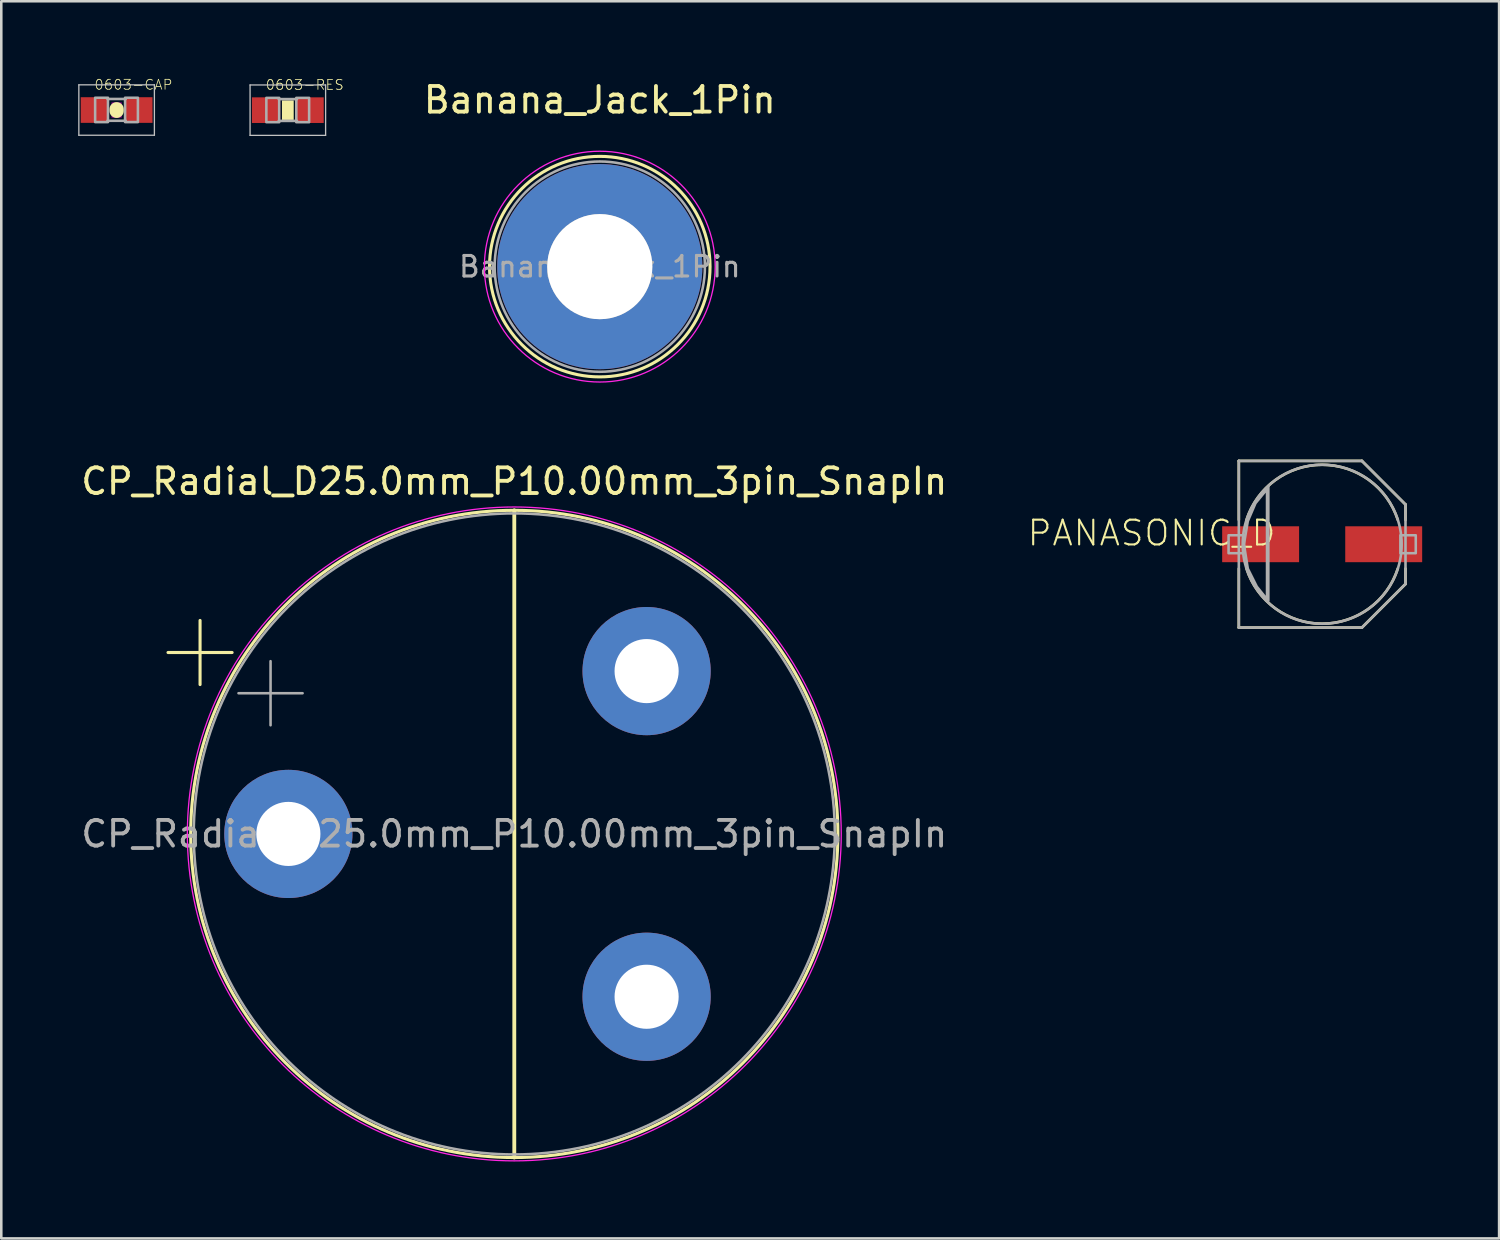
<source format=kicad_pcb>
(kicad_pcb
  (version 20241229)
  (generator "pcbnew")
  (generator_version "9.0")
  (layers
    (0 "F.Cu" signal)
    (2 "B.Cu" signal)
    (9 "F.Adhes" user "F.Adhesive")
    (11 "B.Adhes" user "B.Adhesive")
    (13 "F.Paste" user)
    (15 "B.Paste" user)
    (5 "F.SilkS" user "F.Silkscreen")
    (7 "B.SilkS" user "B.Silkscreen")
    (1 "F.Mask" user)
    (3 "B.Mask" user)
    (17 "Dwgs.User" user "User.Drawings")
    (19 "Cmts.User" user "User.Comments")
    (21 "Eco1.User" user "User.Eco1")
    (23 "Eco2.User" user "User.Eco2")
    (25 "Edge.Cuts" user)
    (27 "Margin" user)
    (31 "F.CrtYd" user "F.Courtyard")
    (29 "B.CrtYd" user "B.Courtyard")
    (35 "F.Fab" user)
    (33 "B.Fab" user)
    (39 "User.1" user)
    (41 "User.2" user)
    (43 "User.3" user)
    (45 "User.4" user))
  (footprint "Banana_Jack_1Pin"
    (layer "F.Cu")
    (at 20.34 7.348)
    (property "Reference" "Banana_Jack_1Pin" (at 0 -6.5 0) (layer "F.SilkS") (effects (font (size 1 1) (thickness 0.15))))
    (attr through_hole)
    (fp_circle (center 0 0) (end 4.3 0) (stroke (width 0.12) (type solid)) (fill no) (layer "F.SilkS"))
    (fp_circle (center 0 0) (end 4.5 0) (stroke (width 0.05) (type solid)) (fill no) (layer "F.CrtYd"))
    (fp_circle (center 0 0) (end 2 0) (stroke (width 0.1) (type solid)) (fill no) (layer "F.Fab"))
    (fp_circle (center 0 0) (end 4.1 0) (stroke (width 0.1) (type solid)) (fill no) (layer "F.Fab"))
    (fp_text user "${REFERENCE}" (at 0 0 0) (layer "F.Fab") (effects (font (size 0.8 0.8) (thickness 0.12))))
    (pad "1" thru_hole circle (at 0 0) (size 8 8) (drill 4.1) (layers "*.Cu" "*.Mask")))
  (footprint "CP_Radial_D25.0mm_P10.00mm_3pin_SnapIn"
    (layer "F.Cu")
    (at 12.006 29.471)
    (property "Reference" "CP_Radial_D25.0mm_P10.00mm_3pin_SnapIn" (at 5 -13.75 0) (layer "F.SilkS") (effects (font (size 1 1) (thickness 0.15))))
    (attr through_hole)
    (fp_line (start -8.504 -7.075) (end -6.004 -7.075) (stroke (width 0.12) (type solid)) (layer "F.SilkS"))
    (fp_line (start -7.254 -8.325) (end -7.254 -5.825) (stroke (width 0.12) (type solid)) (layer "F.SilkS"))
    (fp_line (start 5 -12.62) (end 5 12.62) (stroke (width 0.15) (type solid)) (layer "F.SilkS"))
    (fp_circle (center 5 0) (end 17.62 0) (stroke (width 0.12) (type solid)) (fill no) (layer "F.SilkS"))
    (fp_circle (center 5 0) (end 17.75 0) (stroke (width 0.05) (type solid)) (fill no) (layer "F.CrtYd"))
    (fp_line (start -5.755 -5.487) (end -3.255 -5.487) (stroke (width 0.1) (type solid)) (layer "F.Fab"))
    (fp_line (start -4.505 -6.737) (end -4.505 -4.237) (stroke (width 0.1) (type solid)) (layer "F.Fab"))
    (fp_circle (center 5 0) (end 17.5 0) (stroke (width 0.1) (type solid)) (fill no) (layer "F.Fab"))
    (fp_text user "${REFERENCE}" (at 5 0 0) (layer "F.Fab") (effects (font (size 1 1) (thickness 0.15))))
    (pad "1" thru_hole circle (at -3.81 0) (size 5 5) (drill 2.5) (layers "*.Cu" "*.Mask"))
    (pad "2" thru_hole circle (at 10.16 -6.35) (size 5 5) (drill 2.5) (layers "*.Cu" "*.Mask"))
    (pad "2" thru_hole circle (at 10.16 6.35) (size 5 5) (drill 2.5) (layers "*.Cu" "*.Mask")))
  (footprint "PANASONIC_D"
    (layer "F.Cu")
    (at 48.511 18.174)
    (property "Reference" "PANASONIC_D" (at -1.75 -1 0) (layer "F.SilkS") (effects (font (size 0.965 0.965) (thickness 0.081)) (justify right top)))
    (attr through_hole)
    (fp_line (start -3.25 -3.25) (end 1.55 -3.25) (stroke (width 0.102) (type solid)) (layer "F.SilkS"))
    (fp_line (start -3.25 -0.95) (end -3.25 -3.25) (stroke (width 0.102) (type solid)) (layer "F.SilkS"))
    (fp_line (start -3.25 3.25) (end -3.25 0.95) (stroke (width 0.102) (type solid)) (layer "F.SilkS"))
    (fp_line (start 1.55 -3.25) (end 3.25 -1.55) (stroke (width 0.102) (type solid)) (layer "F.SilkS"))
    (fp_line (start 1.55 3.25) (end -3.25 3.25) (stroke (width 0.102) (type solid)) (layer "F.SilkS"))
    (fp_line (start 3.25 -1.55) (end 3.25 -0.95) (stroke (width 0.102) (type solid)) (layer "F.SilkS"))
    (fp_line (start 3.25 0.95) (end 3.25 1.55) (stroke (width 0.102) (type solid)) (layer "F.SilkS"))
    (fp_line (start 3.25 1.55) (end 1.55 3.25) (stroke (width 0.102) (type solid)) (layer "F.SilkS"))
    (fp_arc (start -2.95 -0.95) (mid 0 -3.099193) (end 2.95 -0.95) (stroke (width 0.1016) (type solid)) (layer "F.SilkS"))
    (fp_arc (start 2.95 0.95) (mid 0 3.099193) (end -2.95 0.95) (stroke (width 0.1016) (type solid)) (layer "F.SilkS"))
    (fp_line (start -3.25 -3.25) (end 1.55 -3.25) (stroke (width 0.102) (type solid)) (layer "F.Fab"))
    (fp_line (start -3.25 3.25) (end -3.25 -3.25) (stroke (width 0.102) (type solid)) (layer "F.Fab"))
    (fp_line (start -2.1 -2.25) (end -2.1 2.2) (stroke (width 0.102) (type solid)) (layer "F.Fab"))
    (fp_line (start 1.55 -3.25) (end 3.25 -1.55) (stroke (width 0.102) (type solid)) (layer "F.Fab"))
    (fp_line (start 1.55 3.25) (end -3.25 3.25) (stroke (width 0.102) (type solid)) (layer "F.Fab"))
    (fp_line (start 3.25 -1.55) (end 3.25 1.55) (stroke (width 0.102) (type solid)) (layer "F.Fab"))
    (fp_line (start 3.25 1.55) (end 1.55 3.25) (stroke (width 0.102) (type solid)) (layer "F.Fab"))
    (fp_circle (center 0 0) (end 3.1 0) (stroke (width 0.102) (type solid)) (fill no) (layer "F.Fab"))
    (fp_poly (pts (xy -3.65 0.35) (xy -3.05 0.35) (xy -3.05 -0.35) (xy -3.65 -0.35)) (stroke (width 0.1) (type solid)) (fill no) (layer "F.Fab"))
    (fp_poly (pts (xy 3.05 0.35) (xy 3.65 0.35) (xy 3.65 -0.35) (xy 3.05 -0.35)) (stroke (width 0.1) (type solid)) (fill no) (layer "F.Fab"))
    (fp_poly (pts (xy -2.15 -2.15) (xy -2.6 -1.6) (xy -2.9 -0.9) (xy -3.05 0) (xy -2.9 0.95) (xy -2.55 1.65) (xy -2.15 2.15) (xy -2.15 -2.1)) (stroke (width 0.1) (type solid)) (fill no) (layer "F.Fab"))
    (pad "+" smd rect (at 2.4 0) (size 3 1.4) (layers "F.Cu" "F.Mask" "F.Paste"))
    (pad "-" smd rect (at -2.4 0) (size 3 1.4) (layers "F.Cu" "F.Mask" "F.Paste")))
  (footprint "0603-RES"
    (layer "F.Cu")
    (at 8.175 1.246)
    (property "Reference" "0603-RES" (at -0.889 -0.762 0) (layer "F.SilkS") (effects (font (size 0.386 0.386) (thickness 0.033)) (justify left bottom)))
    (attr through_hole)
    (fp_poly (pts (xy -0.229 0.381) (xy 0.229 0.381) (xy 0.229 -0.381) (xy -0.229 -0.381)) (stroke (width 0) (type solid)) (fill yes) (layer "F.SilkS"))
    (fp_poly (pts (xy -0.2 0.3) (xy 0.2 0.3) (xy 0.2 -0.3) (xy -0.2 -0.3)) (stroke (width 0) (type solid)) (fill yes) (layer "F.Adhes"))
    (fp_line (start -1.473 -0.983) (end 1.473 -0.983) (stroke (width 0.051) (type solid)) (layer "Dwgs.User"))
    (fp_line (start -1.473 0.983) (end -1.473 -0.983) (stroke (width 0.051) (type solid)) (layer "Dwgs.User"))
    (fp_line (start 1.473 -0.983) (end 1.473 0.983) (stroke (width 0.051) (type solid)) (layer "Dwgs.User"))
    (fp_line (start 1.473 0.983) (end -1.473 0.983) (stroke (width 0.051) (type solid)) (layer "Dwgs.User"))
    (fp_line (start -0.356 -0.432) (end 0.356 -0.432) (stroke (width 0.102) (type solid)) (layer "F.Fab"))
    (fp_line (start -0.356 0.419) (end 0.356 0.419) (stroke (width 0.102) (type solid)) (layer "F.Fab"))
    (fp_poly (pts (xy -0.838 0.47) (xy -0.338 0.47) (xy -0.338 -0.48) (xy -0.838 -0.48)) (stroke (width 0.1) (type solid)) (fill no) (layer "F.Fab"))
    (fp_poly (pts (xy 0.33 0.47) (xy 0.83 0.47) (xy 0.83 -0.48) (xy 0.33 -0.48)) (stroke (width 0.1) (type solid)) (fill no) (layer "F.Fab"))
    (pad "1" smd rect (at -0.85 0) (size 1.1 1) (layers "F.Cu" "F.Mask" "F.Paste"))
    (pad "2" smd rect (at 0.85 0) (size 1.1 1) (layers "F.Cu" "F.Mask" "F.Paste")))
  (footprint "0603-CAP"
    (layer "F.Cu")
    (at 1.498 1.241)
    (property "Reference" "0603-CAP" (at -0.889 -0.762 0) (layer "F.SilkS") (effects (font (size 0.386 0.386) (thickness 0.031)) (justify left bottom)))
    (attr through_hole)
    (fp_line (start 0 -0.03) (end 0 0.03) (stroke (width 0.559) (type solid)) (layer "F.SilkS"))
    (fp_poly (pts (xy -0.2 0.3) (xy 0.2 0.3) (xy 0.2 -0.3) (xy -0.2 -0.3)) (stroke (width 0) (type solid)) (fill yes) (layer "F.Adhes"))
    (fp_line (start -1.473 -0.983) (end 1.473 -0.983) (stroke (width 0.051) (type solid)) (layer "Dwgs.User"))
    (fp_line (start -1.473 0.983) (end -1.473 -0.983) (stroke (width 0.051) (type solid)) (layer "Dwgs.User"))
    (fp_line (start 1.473 -0.983) (end 1.473 0.983) (stroke (width 0.051) (type solid)) (layer "Dwgs.User"))
    (fp_line (start 1.473 0.983) (end -1.473 0.983) (stroke (width 0.051) (type solid)) (layer "Dwgs.User"))
    (fp_line (start -0.356 -0.432) (end 0.356 -0.432) (stroke (width 0.102) (type solid)) (layer "F.Fab"))
    (fp_line (start -0.356 0.419) (end 0.356 0.419) (stroke (width 0.102) (type solid)) (layer "F.Fab"))
    (fp_poly (pts (xy -0.838 0.47) (xy -0.338 0.47) (xy -0.338 -0.48) (xy -0.838 -0.48)) (stroke (width 0.1) (type solid)) (fill no) (layer "F.Fab"))
    (fp_poly (pts (xy 0.33 0.47) (xy 0.83 0.47) (xy 0.83 -0.48) (xy 0.33 -0.48)) (stroke (width 0.1) (type solid)) (fill no) (layer "F.Fab"))
    (pad "1" smd rect (at -0.85 0) (size 1.1 1) (layers "F.Cu" "F.Mask" "F.Paste"))
    (pad "2" smd rect (at 0.85 0) (size 1.1 1) (layers "F.Cu" "F.Mask" "F.Paste")))
  (gr_rect
    (start -3 -3)
    (end 55.411 45.246)
    (stroke (width 0.1) (type default))
    (fill no)
    (layer "Edge.Cuts")))
</source>
